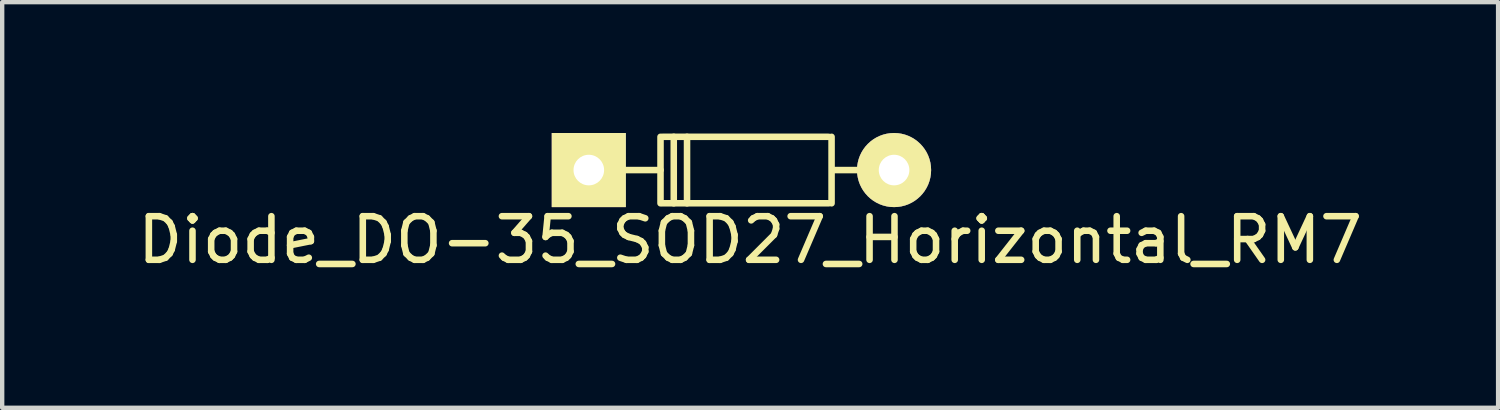
<source format=kicad_pcb>
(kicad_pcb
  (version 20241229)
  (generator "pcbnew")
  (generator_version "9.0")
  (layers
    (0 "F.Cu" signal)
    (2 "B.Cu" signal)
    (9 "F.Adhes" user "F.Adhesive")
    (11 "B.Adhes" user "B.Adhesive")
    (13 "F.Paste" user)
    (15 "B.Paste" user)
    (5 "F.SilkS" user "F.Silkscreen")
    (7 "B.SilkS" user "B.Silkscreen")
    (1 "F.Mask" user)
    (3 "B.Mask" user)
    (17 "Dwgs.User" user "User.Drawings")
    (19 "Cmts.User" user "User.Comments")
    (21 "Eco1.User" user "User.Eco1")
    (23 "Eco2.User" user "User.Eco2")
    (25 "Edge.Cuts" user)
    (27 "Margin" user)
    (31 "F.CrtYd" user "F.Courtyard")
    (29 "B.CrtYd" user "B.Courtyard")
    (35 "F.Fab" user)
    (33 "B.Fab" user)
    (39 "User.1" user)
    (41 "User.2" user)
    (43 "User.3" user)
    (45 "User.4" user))
  (footprint "Diode_DO-35_SOD27_Horizontal_RM7"
    (layer "F.Cu")
    (at 10.449 0.852)
    (property "Reference" "Diode_DO-35_SOD27_Horizontal_RM7" (at 3.7 1.6 0) (layer "F.SilkS") (effects (font (size 1 1) (thickness 0.15))))
    (attr through_hole)
    (fp_line (start 1.572 -0.003) (end 0.048 -0.003) (stroke (width 0.15) (type solid)) (layer "F.SilkS"))
    (fp_line (start 1.645 -0.765) (end 1.645 -0.003) (stroke (width 0.15) (type solid)) (layer "F.SilkS"))
    (fp_line (start 1.645 -0.003) (end 1.645 0.759) (stroke (width 0.15) (type solid)) (layer "F.SilkS"))
    (fp_line (start 1.695 0.759) (end 5.5 0.759) (stroke (width 0.15) (type solid)) (layer "F.SilkS"))
    (fp_line (start 1.949 -0.765) (end 1.949 0.759) (stroke (width 0.15) (type solid)) (layer "F.SilkS"))
    (fp_line (start 2.253 -0.765) (end 2.253 0.759) (stroke (width 0.15) (type solid)) (layer "F.SilkS"))
    (fp_line (start 5.5 -0.765) (end 1.695 -0.765) (stroke (width 0.15) (type solid)) (layer "F.SilkS"))
    (fp_line (start 5.567 0.759) (end 5.567 -0.765) (stroke (width 0.15) (type solid)) (layer "F.SilkS"))
    (fp_line (start 5.617 -0.003) (end 7.014 -0.003) (stroke (width 0.15) (type solid)) (layer "F.SilkS"))
    (pad "1" thru_hole rect (at 0.001 -0.003 180) (size 1.699 1.699) (drill 0.701) (layers "*.Cu" "*.Mask" "F.SilkS"))
    (pad "2" thru_hole circle (at 7 -0.003 180) (size 1.699 1.699) (drill 0.701) (layers "*.Cu" "*.Mask" "F.SilkS")))
  (gr_rect
    (start -3 -3)
    (end 31.298 6.3)
    (stroke (width 0.1) (type default))
    (fill no)
    (layer "Edge.Cuts")))
</source>
